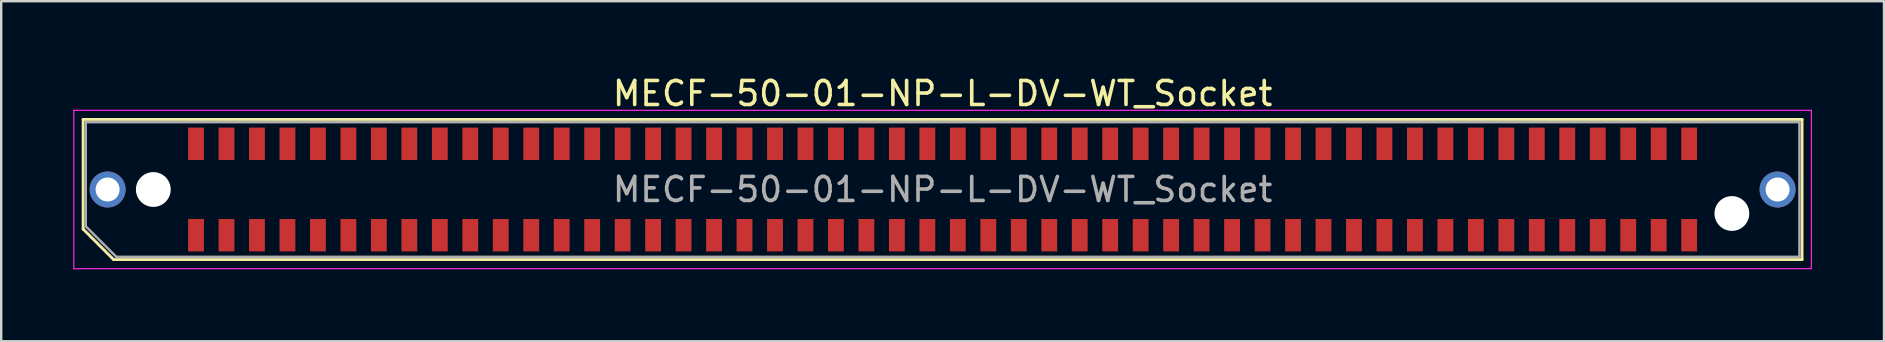
<source format=kicad_pcb>
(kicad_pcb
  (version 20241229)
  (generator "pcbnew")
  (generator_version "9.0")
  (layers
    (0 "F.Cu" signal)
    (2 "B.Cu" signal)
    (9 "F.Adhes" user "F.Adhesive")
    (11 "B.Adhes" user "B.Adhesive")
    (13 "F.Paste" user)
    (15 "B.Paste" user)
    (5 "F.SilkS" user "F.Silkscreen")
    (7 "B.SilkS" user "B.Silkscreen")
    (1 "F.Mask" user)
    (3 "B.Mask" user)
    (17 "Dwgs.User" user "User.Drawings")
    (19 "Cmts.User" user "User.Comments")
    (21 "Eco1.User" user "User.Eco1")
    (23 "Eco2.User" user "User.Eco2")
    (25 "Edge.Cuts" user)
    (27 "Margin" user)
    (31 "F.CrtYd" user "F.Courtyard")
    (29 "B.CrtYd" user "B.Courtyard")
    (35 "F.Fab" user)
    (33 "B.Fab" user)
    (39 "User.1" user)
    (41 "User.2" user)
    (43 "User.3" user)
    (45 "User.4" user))
  (footprint "MECF-50-01-NP-L-DV-WT_Socket"
    (layer "F.Cu")
    (at 36.235 4.848)
    (property "Reference" "MECF-50-01-NP-L-DV-WT_Socket" (at 0 -4 0) (layer "F.SilkS") (effects (font (size 1 1) (thickness 0.15))))
    (attr smd)
    (fp_line (start -35.82 -2.92) (end 35.82 -2.92) (stroke (width 0.12) (type solid)) (layer "F.SilkS"))
    (fp_line (start -35.82 1.65) (end -35.82 -2.92) (stroke (width 0.12) (type solid)) (layer "F.SilkS"))
    (fp_line (start -34.55 2.92) (end -35.82 1.65) (stroke (width 0.12) (type solid)) (layer "F.SilkS"))
    (fp_line (start -34.55 2.92) (end 35.82 2.92) (stroke (width 0.12) (type solid)) (layer "F.SilkS"))
    (fp_line (start 35.82 2.92) (end 35.82 -2.92) (stroke (width 0.12) (type solid)) (layer "F.SilkS"))
    (fp_line (start -36.21 -3.3) (end -36.21 3.3) (stroke (width 0.05) (type solid)) (layer "F.CrtYd"))
    (fp_line (start -36.21 3.3) (end 36.21 3.3) (stroke (width 0.05) (type solid)) (layer "F.CrtYd"))
    (fp_line (start 36.21 -3.3) (end -36.21 -3.3) (stroke (width 0.05) (type solid)) (layer "F.CrtYd"))
    (fp_line (start 36.21 3.3) (end 36.21 -3.3) (stroke (width 0.05) (type solid)) (layer "F.CrtYd"))
    (fp_line (start -35.71 -2.805) (end 35.71 -2.805) (stroke (width 0.1) (type solid)) (layer "F.Fab"))
    (fp_line (start -35.71 1.535) (end -35.71 -2.805) (stroke (width 0.1) (type solid)) (layer "F.Fab"))
    (fp_line (start -35.71 1.535) (end -34.44 2.805) (stroke (width 0.1) (type solid)) (layer "F.Fab"))
    (fp_line (start -34.44 2.805) (end 35.71 2.805) (stroke (width 0.1) (type solid)) (layer "F.Fab"))
    (fp_line (start 35.71 2.805) (end 35.71 -2.805) (stroke (width 0.1) (type solid)) (layer "F.Fab"))
    (fp_text user "${REFERENCE}" (at 0 0 0) (layer "F.Fab") (effects (font (size 1 1) (thickness 0.15))))
    (pad "" thru_hole circle (at -34.8 0) (size 1.5 1.5) (drill 1) (layers "*.Cu" "*.Mask"))
    (pad "" np_thru_hole circle (at -32.895 0) (size 1.45 1.45) (drill 1.45) (layers "*.Cu" "*.Mask"))
    (pad "" np_thru_hole circle (at 32.895 1) (size 1.45 1.45) (drill 1.45) (layers "*.Cu" "*.Mask"))
    (pad "" thru_hole circle (at 34.8 0) (size 1.5 1.5) (drill 1) (layers "*.Cu" "*.Mask"))
    (pad "1" smd rect (at -31.115 1.905) (size 0.66 1.35) (layers "F.Cu" "F.Mask" "F.Paste"))
    (pad "2" smd rect (at -31.115 -1.905) (size 0.66 1.35) (layers "F.Cu" "F.Mask" "F.Paste"))
    (pad "3" smd rect (at -29.845 1.905) (size 0.66 1.35) (layers "F.Cu" "F.Mask" "F.Paste"))
    (pad "4" smd rect (at -29.845 -1.905) (size 0.66 1.35) (layers "F.Cu" "F.Mask" "F.Paste"))
    (pad "5" smd rect (at -28.575 1.905) (size 0.66 1.35) (layers "F.Cu" "F.Mask" "F.Paste"))
    (pad "6" smd rect (at -28.575 -1.905) (size 0.66 1.35) (layers "F.Cu" "F.Mask" "F.Paste"))
    (pad "7" smd rect (at -27.305 1.905) (size 0.66 1.35) (layers "F.Cu" "F.Mask" "F.Paste"))
    (pad "8" smd rect (at -27.305 -1.905) (size 0.66 1.35) (layers "F.Cu" "F.Mask" "F.Paste"))
    (pad "9" smd rect (at -26.035 1.905) (size 0.66 1.35) (layers "F.Cu" "F.Mask" "F.Paste"))
    (pad "10" smd rect (at -26.035 -1.905) (size 0.66 1.35) (layers "F.Cu" "F.Mask" "F.Paste"))
    (pad "11" smd rect (at -24.765 1.905) (size 0.66 1.35) (layers "F.Cu" "F.Mask" "F.Paste"))
    (pad "12" smd rect (at -24.765 -1.905) (size 0.66 1.35) (layers "F.Cu" "F.Mask" "F.Paste"))
    (pad "13" smd rect (at -23.495 1.905) (size 0.66 1.35) (layers "F.Cu" "F.Mask" "F.Paste"))
    (pad "14" smd rect (at -23.495 -1.905) (size 0.66 1.35) (layers "F.Cu" "F.Mask" "F.Paste"))
    (pad "15" smd rect (at -22.225 1.905) (size 0.66 1.35) (layers "F.Cu" "F.Mask" "F.Paste"))
    (pad "16" smd rect (at -22.225 -1.905) (size 0.66 1.35) (layers "F.Cu" "F.Mask" "F.Paste"))
    (pad "17" smd rect (at -20.955 1.905) (size 0.66 1.35) (layers "F.Cu" "F.Mask" "F.Paste"))
    (pad "18" smd rect (at -20.955 -1.905) (size 0.66 1.35) (layers "F.Cu" "F.Mask" "F.Paste"))
    (pad "19" smd rect (at -19.685 1.905) (size 0.66 1.35) (layers "F.Cu" "F.Mask" "F.Paste"))
    (pad "20" smd rect (at -19.685 -1.905) (size 0.66 1.35) (layers "F.Cu" "F.Mask" "F.Paste"))
    (pad "21" smd rect (at -18.415 1.905) (size 0.66 1.35) (layers "F.Cu" "F.Mask" "F.Paste"))
    (pad "22" smd rect (at -18.415 -1.905) (size 0.66 1.35) (layers "F.Cu" "F.Mask" "F.Paste"))
    (pad "23" smd rect (at -17.145 1.905) (size 0.66 1.35) (layers "F.Cu" "F.Mask" "F.Paste"))
    (pad "24" smd rect (at -17.145 -1.905) (size 0.66 1.35) (layers "F.Cu" "F.Mask" "F.Paste"))
    (pad "25" smd rect (at -15.875 1.905) (size 0.66 1.35) (layers "F.Cu" "F.Mask" "F.Paste"))
    (pad "26" smd rect (at -15.875 -1.905) (size 0.66 1.35) (layers "F.Cu" "F.Mask" "F.Paste"))
    (pad "27" smd rect (at -14.605 1.905) (size 0.66 1.35) (layers "F.Cu" "F.Mask" "F.Paste"))
    (pad "28" smd rect (at -14.605 -1.905) (size 0.66 1.35) (layers "F.Cu" "F.Mask" "F.Paste"))
    (pad "29" smd rect (at -13.335 1.905) (size 0.66 1.35) (layers "F.Cu" "F.Mask" "F.Paste"))
    (pad "30" smd rect (at -13.335 -1.905) (size 0.66 1.35) (layers "F.Cu" "F.Mask" "F.Paste"))
    (pad "31" smd rect (at -12.065 1.905) (size 0.66 1.35) (layers "F.Cu" "F.Mask" "F.Paste"))
    (pad "32" smd rect (at -12.065 -1.905) (size 0.66 1.35) (layers "F.Cu" "F.Mask" "F.Paste"))
    (pad "33" smd rect (at -10.795 1.905) (size 0.66 1.35) (layers "F.Cu" "F.Mask" "F.Paste"))
    (pad "34" smd rect (at -10.795 -1.905) (size 0.66 1.35) (layers "F.Cu" "F.Mask" "F.Paste"))
    (pad "35" smd rect (at -9.525 1.905) (size 0.66 1.35) (layers "F.Cu" "F.Mask" "F.Paste"))
    (pad "36" smd rect (at -9.525 -1.905) (size 0.66 1.35) (layers "F.Cu" "F.Mask" "F.Paste"))
    (pad "37" smd rect (at -8.255 1.905) (size 0.66 1.35) (layers "F.Cu" "F.Mask" "F.Paste"))
    (pad "38" smd rect (at -8.255 -1.905) (size 0.66 1.35) (layers "F.Cu" "F.Mask" "F.Paste"))
    (pad "39" smd rect (at -6.985 1.905) (size 0.66 1.35) (layers "F.Cu" "F.Mask" "F.Paste"))
    (pad "40" smd rect (at -6.985 -1.905) (size 0.66 1.35) (layers "F.Cu" "F.Mask" "F.Paste"))
    (pad "41" smd rect (at -5.715 1.905) (size 0.66 1.35) (layers "F.Cu" "F.Mask" "F.Paste"))
    (pad "42" smd rect (at -5.715 -1.905) (size 0.66 1.35) (layers "F.Cu" "F.Mask" "F.Paste"))
    (pad "43" smd rect (at -4.445 1.905) (size 0.66 1.35) (layers "F.Cu" "F.Mask" "F.Paste"))
    (pad "44" smd rect (at -4.445 -1.905) (size 0.66 1.35) (layers "F.Cu" "F.Mask" "F.Paste"))
    (pad "45" smd rect (at -3.175 1.905) (size 0.66 1.35) (layers "F.Cu" "F.Mask" "F.Paste"))
    (pad "46" smd rect (at -3.175 -1.905) (size 0.66 1.35) (layers "F.Cu" "F.Mask" "F.Paste"))
    (pad "47" smd rect (at -1.905 1.905) (size 0.66 1.35) (layers "F.Cu" "F.Mask" "F.Paste"))
    (pad "48" smd rect (at -1.905 -1.905) (size 0.66 1.35) (layers "F.Cu" "F.Mask" "F.Paste"))
    (pad "49" smd rect (at -0.635 1.905) (size 0.66 1.35) (layers "F.Cu" "F.Mask" "F.Paste"))
    (pad "50" smd rect (at -0.635 -1.905) (size 0.66 1.35) (layers "F.Cu" "F.Mask" "F.Paste"))
    (pad "51" smd rect (at 0.635 1.905) (size 0.66 1.35) (layers "F.Cu" "F.Mask" "F.Paste"))
    (pad "52" smd rect (at 0.635 -1.905) (size 0.66 1.35) (layers "F.Cu" "F.Mask" "F.Paste"))
    (pad "53" smd rect (at 1.905 1.905) (size 0.66 1.35) (layers "F.Cu" "F.Mask" "F.Paste"))
    (pad "54" smd rect (at 1.905 -1.905) (size 0.66 1.35) (layers "F.Cu" "F.Mask" "F.Paste"))
    (pad "55" smd rect (at 3.175 1.905) (size 0.66 1.35) (layers "F.Cu" "F.Mask" "F.Paste"))
    (pad "56" smd rect (at 3.175 -1.905) (size 0.66 1.35) (layers "F.Cu" "F.Mask" "F.Paste"))
    (pad "57" smd rect (at 4.445 1.905) (size 0.66 1.35) (layers "F.Cu" "F.Mask" "F.Paste"))
    (pad "58" smd rect (at 4.445 -1.905) (size 0.66 1.35) (layers "F.Cu" "F.Mask" "F.Paste"))
    (pad "59" smd rect (at 5.715 1.905) (size 0.66 1.35) (layers "F.Cu" "F.Mask" "F.Paste"))
    (pad "60" smd rect (at 5.715 -1.905) (size 0.66 1.35) (layers "F.Cu" "F.Mask" "F.Paste"))
    (pad "61" smd rect (at 6.985 1.905) (size 0.66 1.35) (layers "F.Cu" "F.Mask" "F.Paste"))
    (pad "62" smd rect (at 6.985 -1.905) (size 0.66 1.35) (layers "F.Cu" "F.Mask" "F.Paste"))
    (pad "63" smd rect (at 8.255 1.905) (size 0.66 1.35) (layers "F.Cu" "F.Mask" "F.Paste"))
    (pad "64" smd rect (at 8.255 -1.905) (size 0.66 1.35) (layers "F.Cu" "F.Mask" "F.Paste"))
    (pad "65" smd rect (at 9.525 1.905) (size 0.66 1.35) (layers "F.Cu" "F.Mask" "F.Paste"))
    (pad "66" smd rect (at 9.525 -1.905) (size 0.66 1.35) (layers "F.Cu" "F.Mask" "F.Paste"))
    (pad "67" smd rect (at 10.795 1.905) (size 0.66 1.35) (layers "F.Cu" "F.Mask" "F.Paste"))
    (pad "68" smd rect (at 10.795 -1.905) (size 0.66 1.35) (layers "F.Cu" "F.Mask" "F.Paste"))
    (pad "69" smd rect (at 12.065 1.905) (size 0.66 1.35) (layers "F.Cu" "F.Mask" "F.Paste"))
    (pad "70" smd rect (at 12.065 -1.905) (size 0.66 1.35) (layers "F.Cu" "F.Mask" "F.Paste"))
    (pad "71" smd rect (at 13.335 1.905) (size 0.66 1.35) (layers "F.Cu" "F.Mask" "F.Paste"))
    (pad "72" smd rect (at 13.335 -1.905) (size 0.66 1.35) (layers "F.Cu" "F.Mask" "F.Paste"))
    (pad "73" smd rect (at 14.605 1.905) (size 0.66 1.35) (layers "F.Cu" "F.Mask" "F.Paste"))
    (pad "74" smd rect (at 14.605 -1.905) (size 0.66 1.35) (layers "F.Cu" "F.Mask" "F.Paste"))
    (pad "75" smd rect (at 15.875 1.905) (size 0.66 1.35) (layers "F.Cu" "F.Mask" "F.Paste"))
    (pad "76" smd rect (at 15.875 -1.905) (size 0.66 1.35) (layers "F.Cu" "F.Mask" "F.Paste"))
    (pad "77" smd rect (at 17.145 1.905) (size 0.66 1.35) (layers "F.Cu" "F.Mask" "F.Paste"))
    (pad "78" smd rect (at 17.145 -1.905) (size 0.66 1.35) (layers "F.Cu" "F.Mask" "F.Paste"))
    (pad "79" smd rect (at 18.415 1.905) (size 0.66 1.35) (layers "F.Cu" "F.Mask" "F.Paste"))
    (pad "80" smd rect (at 18.415 -1.905) (size 0.66 1.35) (layers "F.Cu" "F.Mask" "F.Paste"))
    (pad "81" smd rect (at 19.685 1.905) (size 0.66 1.35) (layers "F.Cu" "F.Mask" "F.Paste"))
    (pad "82" smd rect (at 19.685 -1.905) (size 0.66 1.35) (layers "F.Cu" "F.Mask" "F.Paste"))
    (pad "83" smd rect (at 20.955 1.905) (size 0.66 1.35) (layers "F.Cu" "F.Mask" "F.Paste"))
    (pad "84" smd rect (at 20.955 -1.905) (size 0.66 1.35) (layers "F.Cu" "F.Mask" "F.Paste"))
    (pad "85" smd rect (at 22.225 1.905) (size 0.66 1.35) (layers "F.Cu" "F.Mask" "F.Paste"))
    (pad "86" smd rect (at 22.225 -1.905) (size 0.66 1.35) (layers "F.Cu" "F.Mask" "F.Paste"))
    (pad "87" smd rect (at 23.495 1.905) (size 0.66 1.35) (layers "F.Cu" "F.Mask" "F.Paste"))
    (pad "88" smd rect (at 23.495 -1.905) (size 0.66 1.35) (layers "F.Cu" "F.Mask" "F.Paste"))
    (pad "89" smd rect (at 24.765 1.905) (size 0.66 1.35) (layers "F.Cu" "F.Mask" "F.Paste"))
    (pad "90" smd rect (at 24.765 -1.905) (size 0.66 1.35) (layers "F.Cu" "F.Mask" "F.Paste"))
    (pad "91" smd rect (at 26.035 1.905) (size 0.66 1.35) (layers "F.Cu" "F.Mask" "F.Paste"))
    (pad "92" smd rect (at 26.035 -1.905) (size 0.66 1.35) (layers "F.Cu" "F.Mask" "F.Paste"))
    (pad "93" smd rect (at 27.305 1.905) (size 0.66 1.35) (layers "F.Cu" "F.Mask" "F.Paste"))
    (pad "94" smd rect (at 27.305 -1.905) (size 0.66 1.35) (layers "F.Cu" "F.Mask" "F.Paste"))
    (pad "95" smd rect (at 28.575 1.905) (size 0.66 1.35) (layers "F.Cu" "F.Mask" "F.Paste"))
    (pad "96" smd rect (at 28.575 -1.905) (size 0.66 1.35) (layers "F.Cu" "F.Mask" "F.Paste"))
    (pad "97" smd rect (at 29.845 1.905) (size 0.66 1.35) (layers "F.Cu" "F.Mask" "F.Paste"))
    (pad "98" smd rect (at 29.845 -1.905) (size 0.66 1.35) (layers "F.Cu" "F.Mask" "F.Paste"))
    (pad "99" smd rect (at 31.115 1.905) (size 0.66 1.35) (layers "F.Cu" "F.Mask" "F.Paste"))
    (pad "100" smd rect (at 31.115 -1.905) (size 0.66 1.35) (layers "F.Cu" "F.Mask" "F.Paste")))
  (gr_rect
    (start -3 -3)
    (end 75.47 11.173)
    (stroke (width 0.1) (type default))
    (fill no)
    (layer "Edge.Cuts")))
</source>
